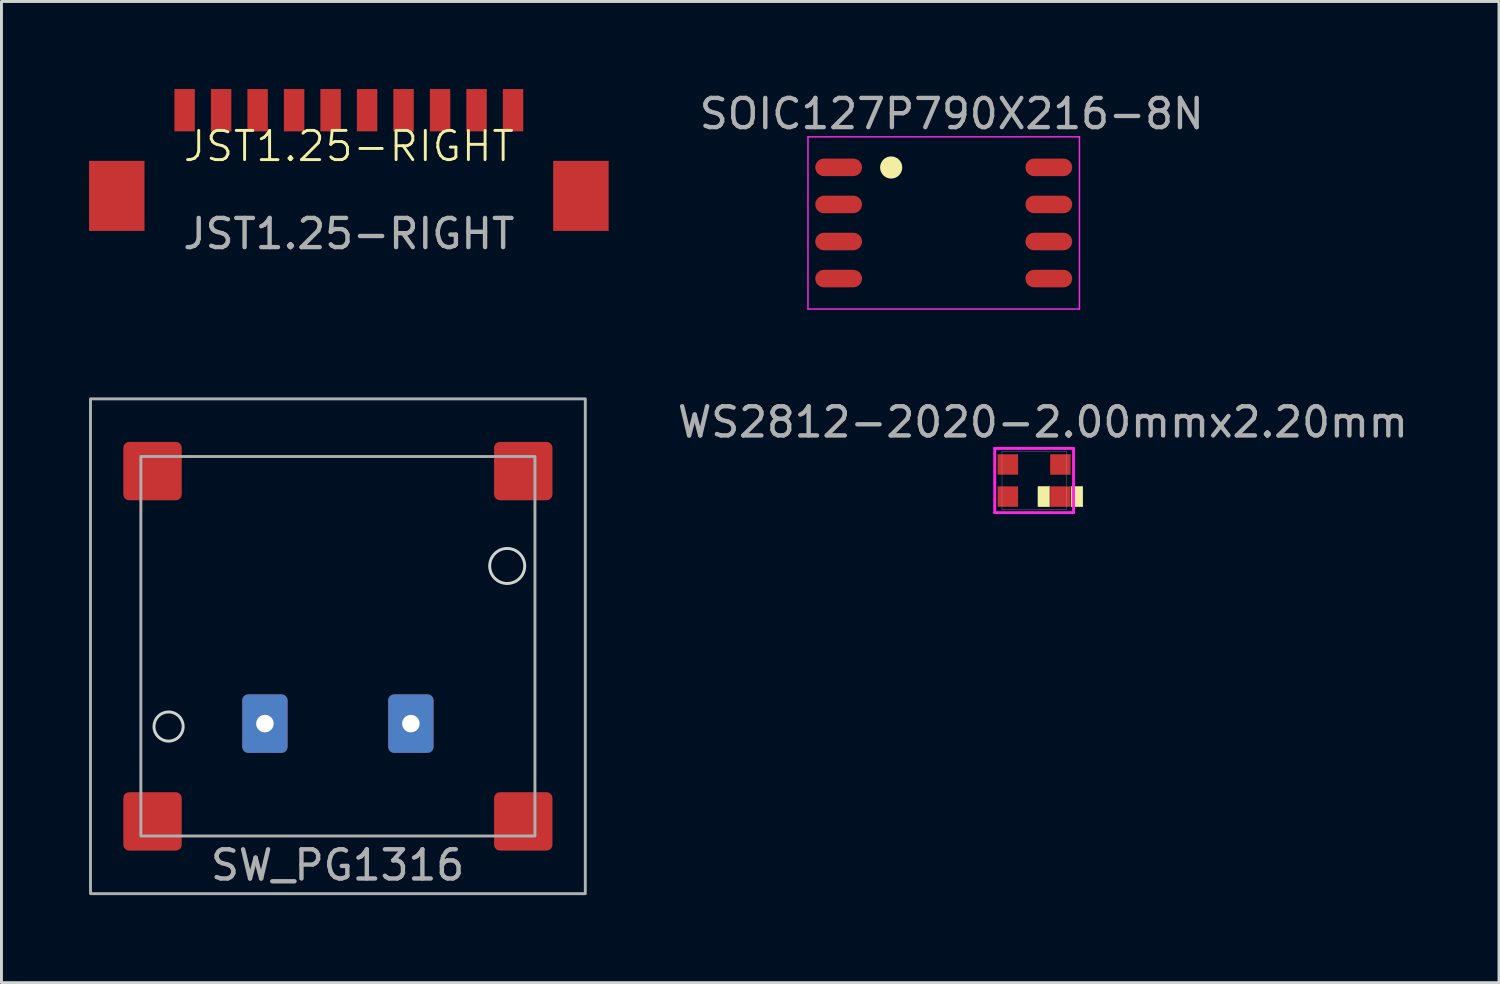
<source format=kicad_pcb>
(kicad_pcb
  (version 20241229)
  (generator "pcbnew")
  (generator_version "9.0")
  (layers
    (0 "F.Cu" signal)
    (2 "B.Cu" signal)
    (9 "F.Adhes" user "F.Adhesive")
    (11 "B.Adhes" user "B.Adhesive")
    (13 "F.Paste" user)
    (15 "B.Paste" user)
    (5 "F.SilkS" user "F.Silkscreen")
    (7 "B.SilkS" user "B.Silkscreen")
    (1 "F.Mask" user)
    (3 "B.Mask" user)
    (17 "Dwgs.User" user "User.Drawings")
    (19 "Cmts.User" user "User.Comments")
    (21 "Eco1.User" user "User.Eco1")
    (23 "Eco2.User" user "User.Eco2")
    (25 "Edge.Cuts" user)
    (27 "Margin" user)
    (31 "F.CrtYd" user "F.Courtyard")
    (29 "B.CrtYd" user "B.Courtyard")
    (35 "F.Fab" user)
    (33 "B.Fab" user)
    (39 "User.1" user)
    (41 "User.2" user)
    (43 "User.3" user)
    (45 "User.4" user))
  (footprint "SOIC127P790X216-8N"
    (layer "F.Cu")
    (at 29.278 4.588)
    (property "Reference" "SOIC127P790X216-8N" (at 0.275 -3.739 0) (layer "F.Fab") (effects (font (size 1.001 1.001) (thickness 0.15))))
    (attr smd)
    (fp_circle (center -1.8 -1.9) (end -1.7 -1.9) (stroke (width 0.127) (type solid)) (fill no) (layer "F.SilkS"))
    (fp_circle (center -1.8 -1.9) (end -1.659 -1.9) (stroke (width 0.127) (type solid)) (fill no) (layer "F.SilkS"))
    (fp_circle (center -1.8 -1.9) (end -1.576 -1.9) (stroke (width 0.127) (type solid)) (fill no) (layer "F.SilkS"))
    (fp_circle (center -1.8 -1.9) (end -1.484 -1.9) (stroke (width 0.127) (type solid)) (fill no) (layer "F.SilkS"))
    (fp_circle (center -1.8 -1.8) (end -1.7 -1.8) (stroke (width 0.127) (type solid)) (fill no) (layer "F.SilkS"))
    (fp_line (start -4.65 -2.95) (end 4.65 -2.95) (stroke (width 0.05) (type solid)) (layer "F.CrtYd"))
    (fp_line (start -4.65 2.95) (end -4.65 -2.95) (stroke (width 0.05) (type solid)) (layer "F.CrtYd"))
    (fp_line (start 4.65 -2.95) (end 4.65 2.95) (stroke (width 0.05) (type solid)) (layer "F.CrtYd"))
    (fp_line (start 4.65 2.95) (end -4.65 2.95) (stroke (width 0.05) (type solid)) (layer "F.CrtYd"))
    (pad "1" smd oval (at -3.6 -1.905) (size 1.6 0.6) (layers "F.Cu" "F.Mask" "F.Paste"))
    (pad "2" smd oval (at -3.6 -0.635) (size 1.6 0.6) (layers "F.Cu" "F.Mask" "F.Paste"))
    (pad "3" smd oval (at -3.6 0.635) (size 1.6 0.6) (layers "F.Cu" "F.Mask" "F.Paste"))
    (pad "4" smd oval (at -3.6 1.905) (size 1.6 0.6) (layers "F.Cu" "F.Mask" "F.Paste"))
    (pad "5" smd oval (at 3.6 1.905) (size 1.6 0.6) (layers "F.Cu" "F.Mask" "F.Paste"))
    (pad "6" smd oval (at 3.6 0.635) (size 1.6 0.6) (layers "F.Cu" "F.Mask" "F.Paste"))
    (pad "7" smd oval (at 3.6 -0.635) (size 1.6 0.6) (layers "F.Cu" "F.Mask" "F.Paste"))
    (pad "8" smd oval (at 3.6 -1.905) (size 1.6 0.6) (layers "F.Cu" "F.Mask" "F.Paste")))
  (footprint "SW_PG1316"
    (layer "F.Cu")
    (at 8.525 19.088)
    (property "Reference" "SW_PG1316" (at -0.01 7.5 0) (unlocked yes) (layer "F.Fab") (effects (font (size 1 1) (thickness 0.15))))
    (attr smd)
    (fp_circle (center -5.8 2.75) (end -5.3 2.75) (stroke (width 0.1) (type default)) (fill no) (layer "Edge.Cuts"))
    (fp_circle (center 5.8 -2.75) (end 6.4 -2.75) (stroke (width 0.1) (type default)) (fill no) (layer "Edge.Cuts"))
    (fp_rect (start -8.475 8.475) (end 8.475 -8.475) (stroke (width 0.1) (type solid)) (fill no) (layer "F.Fab"))
    (fp_rect (start -6.75 -6.5) (end 6.75 6.5) (stroke (width 0.1) (type default)) (fill no) (layer "F.Fab"))
    (fp_rect (start -1.365 -3.6) (end 1.365 -1.4) (stroke (width 0.1) (type solid)) (fill no) (layer "User.1"))
    (pad "1" thru_hole roundrect (at -2.5 2.65) (size 1.55 2) (drill 0.6) (layers "*.Cu" "*.Mask") (roundrect_rratio 0.129))
    (pad "2" thru_hole roundrect (at 2.5 2.65) (size 1.55 2) (drill 0.6) (layers "*.Cu" "*.Mask") (roundrect_rratio 0.129))
    (pad "3" smd roundrect (at -6.35 -6) (size 2 2) (layers "F.Cu" "F.Mask" "F.Paste") (roundrect_rratio 0.1))
    (pad "3" smd roundrect (at -6.35 6) (size 2 2) (layers "F.Cu" "F.Mask" "F.Paste") (roundrect_rratio 0.1))
    (pad "3" smd roundrect (at 6.35 -6) (size 2 2) (layers "F.Cu" "F.Mask" "F.Paste") (roundrect_rratio 0.1))
    (pad "3" smd roundrect (at 6.35 6) (size 2 2) (layers "F.Cu" "F.Mask" "F.Paste") (roundrect_rratio 0.1)))
  (footprint "WS2812-2020-2.00mmx2.20mm"
    (layer "F.Cu")
    (at 32.375 13.411)
    (property "Reference" "WS2812-2020-2.00mmx2.20mm" (at 0.3 -2 0) (layer "F.Fab") (effects (font (size 1 1) (thickness 0.15))))
    (attr through_hole)
    (fp_poly (pts (xy 0.13 0.9) (xy 0.53 0.9) (xy 0.53 0.2) (xy 0.13 0.2)) (stroke (width 0.01) (type solid)) (fill yes) (layer "F.SilkS"))
    (fp_poly (pts (xy 1.27 0.9) (xy 1.67 0.9) (xy 1.67 0.2) (xy 1.27 0.2)) (stroke (width 0.01) (type solid)) (fill yes) (layer "F.SilkS"))
    (fp_line (start -1.35 -1.1) (end -1.35 1.1) (stroke (width 0.1) (type solid)) (layer "F.CrtYd"))
    (fp_line (start -1.35 -1.1) (end 1.35 -1.1) (stroke (width 0.1) (type solid)) (layer "F.CrtYd"))
    (fp_line (start -1.35 1.1) (end 1.35 1.1) (stroke (width 0.1) (type solid)) (layer "F.CrtYd"))
    (fp_line (start 1.35 -1.1) (end 1.35 1.1) (stroke (width 0.1) (type solid)) (layer "F.CrtYd"))
    (fp_line (start -1.1 -1) (end -1.1 1) (stroke (width 0.01) (type solid)) (layer "F.Fab"))
    (fp_line (start -1.1 1) (end 1.1 1) (stroke (width 0.01) (type solid)) (layer "F.Fab"))
    (fp_line (start 1.1 -1) (end -1.1 -1) (stroke (width 0.01) (type solid)) (layer "F.Fab"))
    (fp_line (start 1.1 1) (end 1.1 -1) (stroke (width 0.01) (type solid)) (layer "F.Fab"))
    (pad "1" smd rect (at 0.9 0.55) (size 0.7 0.7) (layers "F.Cu" "F.Mask" "F.Paste"))
    (pad "2" smd rect (at 0.9 -0.55) (size 0.7 0.7) (layers "F.Cu" "F.Mask" "F.Paste"))
    (pad "3" smd rect (at -0.9 -0.55) (size 0.7 0.7) (layers "F.Cu" "F.Mask" "F.Paste"))
    (pad "4" smd rect (at -0.9 0.55) (size 0.7 0.7) (layers "F.Cu" "F.Mask" "F.Paste")))
  (footprint "JST1.25-RIGHT"
    (layer "F.Cu")
    (at 8.9 2.46)
    (property "Reference" "JST1.25-RIGHT" (at 0 -0.5 0) (unlocked yes) (layer "F.SilkS") (effects (font (size 1 1) (thickness 0.1))))
    (attr through_hole)
    (fp_rect (start -8.9 0) (end -7 2.4) (stroke (width 0) (type solid)) (fill yes) (layer "F.Cu"))
    (fp_rect (start 7 0) (end 8.9 2.4) (stroke (width 0) (type solid)) (fill yes) (layer "F.Cu"))
    (fp_text user "${REFERENCE}" (at 0 2.5 0) (unlocked yes) (layer "F.Fab") (effects (font (size 1 1) (thickness 0.15))))
    (pad "1" smd rect (at -5.625 -1.735 180) (size 0.7 1.45) (layers "F.Cu" "F.Mask" "F.Paste"))
    (pad "2" smd rect (at -4.375 -1.735 180) (size 0.7 1.45) (layers "F.Cu" "F.Mask" "F.Paste"))
    (pad "3" smd rect (at -3.125 -1.735 180) (size 0.7 1.45) (layers "F.Cu" "F.Mask" "F.Paste"))
    (pad "4" smd rect (at -1.875 -1.735 180) (size 0.7 1.45) (layers "F.Cu" "F.Mask" "F.Paste"))
    (pad "5" smd rect (at -0.625 -1.735 180) (size 0.7 1.45) (layers "F.Cu" "F.Mask" "F.Paste"))
    (pad "6" smd rect (at 0.625 -1.735 180) (size 0.7 1.45) (layers "F.Cu" "F.Mask" "F.Paste"))
    (pad "7" smd rect (at 1.875 -1.735 180) (size 0.7 1.45) (layers "F.Cu" "F.Mask" "F.Paste"))
    (pad "8" smd rect (at 3.125 -1.735 180) (size 0.7 1.45) (layers "F.Cu" "F.Mask" "F.Paste"))
    (pad "9" smd rect (at 4.375 -1.735 180) (size 0.7 1.45) (layers "F.Cu" "F.Mask" "F.Paste"))
    (pad "10" smd rect (at 5.625 -1.735 180) (size 0.7 1.45) (layers "F.Cu" "F.Mask" "F.Paste")))
  (gr_rect
    (start -3 -3)
    (end 48.3 30.613)
    (stroke (width 0.1) (type default))
    (fill no)
    (layer "Edge.Cuts")))
</source>
